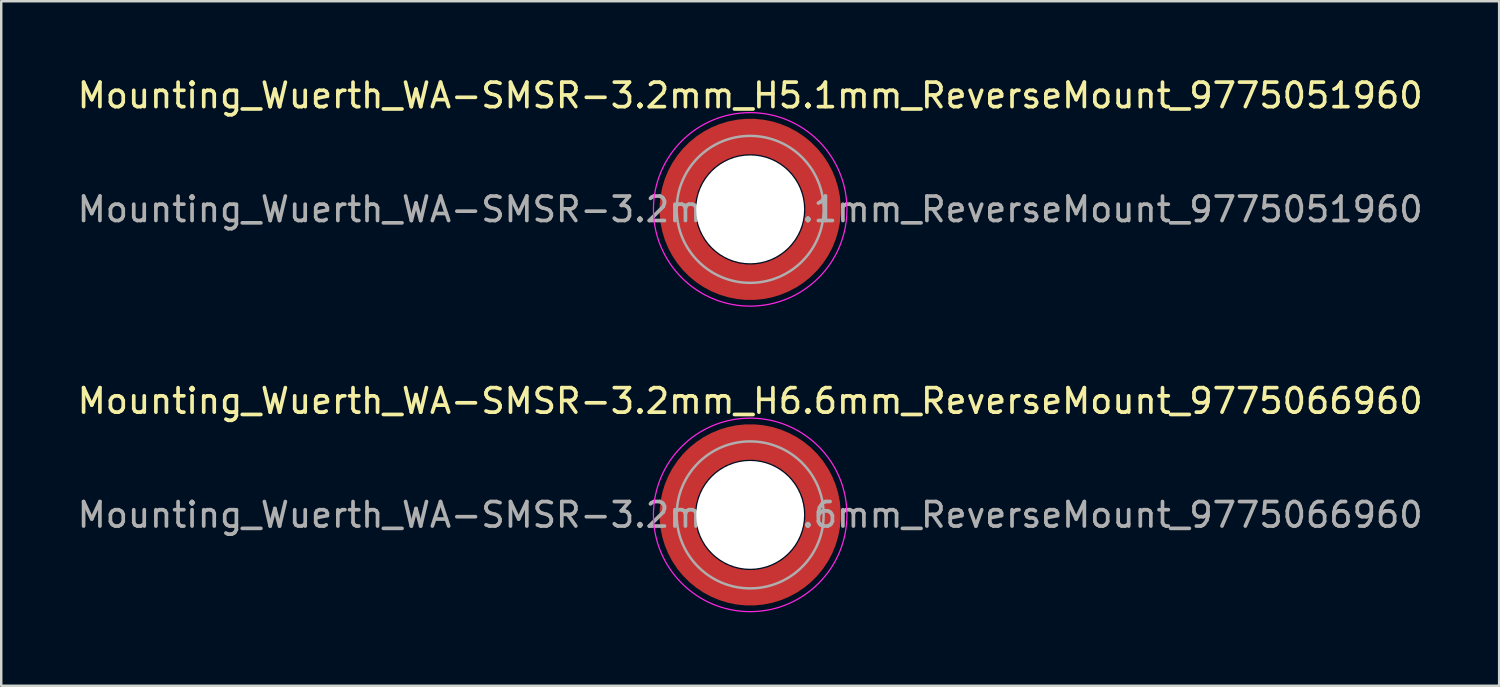
<source format=kicad_pcb>
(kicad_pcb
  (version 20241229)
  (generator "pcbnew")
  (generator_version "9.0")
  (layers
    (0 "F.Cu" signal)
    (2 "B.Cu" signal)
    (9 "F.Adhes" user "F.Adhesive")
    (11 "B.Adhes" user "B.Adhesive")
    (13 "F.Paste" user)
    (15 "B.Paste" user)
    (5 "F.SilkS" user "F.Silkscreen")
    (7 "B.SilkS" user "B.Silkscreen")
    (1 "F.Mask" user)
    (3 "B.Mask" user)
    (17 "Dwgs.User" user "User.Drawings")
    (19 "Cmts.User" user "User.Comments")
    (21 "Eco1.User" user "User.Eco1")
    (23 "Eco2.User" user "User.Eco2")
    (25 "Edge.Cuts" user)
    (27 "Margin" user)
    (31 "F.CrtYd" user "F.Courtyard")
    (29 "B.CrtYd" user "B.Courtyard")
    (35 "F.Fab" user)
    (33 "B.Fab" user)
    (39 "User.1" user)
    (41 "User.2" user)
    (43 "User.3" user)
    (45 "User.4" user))
  (footprint "Mounting_Wuerth_WA-SMSR-3.2mm_H6.6mm_ReverseMount_9775066960"
    (layer "F.Cu")
    (at 27.577 17.971)
    (property "Reference" "Mounting_Wuerth_WA-SMSR-3.2mm_H6.6mm_ReverseMount_9775066960" (at 0 -4.65 0) (layer "F.SilkS") (effects (font (size 1 1) (thickness 0.15))))
    (property "Mouser Part no." "" (at 0 0 0) (layer "F.Fab") (effects (font (size 1.27 1.27) (thickness 0.15))))
    (property "Mouser link" "" (at 0 0 0) (layer "F.Fab") (effects (font (size 1.27 1.27) (thickness 0.15))))
    (attr smd)
    (fp_circle (center 0 0) (end 3.95 0) (stroke (width 0.05) (type solid)) (fill no) (layer "F.CrtYd"))
    (fp_circle (center 0 0) (end 3 0) (stroke (width 0.1) (type solid)) (fill no) (layer "F.Fab"))
    (fp_text user "${REFERENCE}" (at 0 0 0) (layer "F.Fab") (effects (font (size 1 1) (thickness 0.15))))
    (pad "" smd custom (at -2.095 -2.095) (size 0.945 0.945) (layers "F.Paste") (options (anchor circle)) (primitives (gr_arc (start -0.24231 1.594804) (mid 0.404104 0.405534) (end 1.592827 -0.241886) (width 0.2)) (gr_arc (start -0.3398 1.594804) (mid 0.335987 0.338711) (end 1.591031 -0.339022) (width 0.2)) (gr_arc (start -0.437132 1.594804) (mid 0.268952 0.270807) (end 1.592231 -0.436623) (width 0.2)) (gr_arc (start -0.534324 1.594804) (mid 0.201345 0.203474) (end 1.591846 -0.53376) (width 0.2)) (gr_arc (start -0.631391 1.594804) (mid 0.134696 0.135183) (end 1.594126 -0.631267) (width 0.2)) (gr_arc (start -0.728345 1.594804) (mid 0.067234 0.067705) (end 1.594149 -0.728229) (width 0.2)) (gr_arc (start -0.825197 1.594804) (mid -0.001218 0.001219) (end 1.591408 -0.824614) (width 0.2)) (gr_arc (start -0.921958 1.594804) (mid -0.068952 -0.065985) (end 1.590665 -0.921269) (width 0.2)) (gr_arc (start -1.018637 1.594804) (mid -0.135972 -0.133907) (end 1.59192 -1.018172) (width 0.2)) (gr_arc (start -1.115239 1.594804) (mid -0.20428 -0.200537) (end 1.589574 -1.11442) (width 0.2)) (gr_arc (start -1.211773 1.594804) (mid -0.26993 -0.269828) (end 1.594662 -1.211751) (width 0.2)) (gr_arc (start -1.308244 1.594804) (mid -0.33911 -0.335587) (end 1.589875 -1.307516) (width 0.2)) (gr_arc (start -1.404657 1.594804) (mid -0.405633 -0.404004) (end 1.592524 -1.404331) (width 0.2)) (gr_arc (start -1.404657 1.594804) (mid -0.405633 -0.404004) (end 1.592524 -1.404331) (width 0.2)) (gr_line (start 1.595 -0.242) (end 1.595 -1.405) (width 0.2)) (gr_line (start -0.242 1.595) (end -1.405 1.595) (width 0.2))))
    (pad "" smd custom (at -2.095 2.095) (size 0.945 0.945) (layers "F.Paste") (options (anchor circle)) (primitives (gr_arc (start 1.594804 0.24231) (mid 0.405534 -0.404104) (end -0.241886 -1.592827) (width 0.2)) (gr_arc (start 1.594804 0.3398) (mid 0.338711 -0.335987) (end -0.339022 -1.591031) (width 0.2)) (gr_arc (start 1.594804 0.437132) (mid 0.270807 -0.268952) (end -0.436623 -1.592231) (width 0.2)) (gr_arc (start 1.594804 0.534324) (mid 0.203474 -0.201345) (end -0.53376 -1.591846) (width 0.2)) (gr_arc (start 1.594804 0.631391) (mid 0.135183 -0.134696) (end -0.631267 -1.594126) (width 0.2)) (gr_arc (start 1.594804 0.728345) (mid 0.067705 -0.067234) (end -0.728229 -1.594149) (width 0.2)) (gr_arc (start 1.594804 0.825197) (mid 0.001219 0.001218) (end -0.824614 -1.591408) (width 0.2)) (gr_arc (start 1.594804 0.921958) (mid -0.065985 0.068952) (end -0.921269 -1.590665) (width 0.2)) (gr_arc (start 1.594804 1.018637) (mid -0.133907 0.135972) (end -1.018172 -1.59192) (width 0.2)) (gr_arc (start 1.594804 1.115239) (mid -0.200537 0.20428) (end -1.11442 -1.589574) (width 0.2)) (gr_arc (start 1.594804 1.211773) (mid -0.269828 0.26993) (end -1.211751 -1.594662) (width 0.2)) (gr_arc (start 1.594804 1.308244) (mid -0.335587 0.33911) (end -1.307516 -1.589875) (width 0.2)) (gr_arc (start 1.594804 1.404657) (mid -0.404004 0.405633) (end -1.404331 -1.592524) (width 0.2)) (gr_arc (start 1.594804 1.404657) (mid -0.404004 0.405633) (end -1.404331 -1.592524) (width 0.2)) (gr_line (start -0.242 -1.595) (end -1.405 -1.595) (width 0.2)) (gr_line (start 1.595 0.242) (end 1.595 1.405) (width 0.2))))
    (pad "" np_thru_hole circle (at 0 0) (size 4.4 4.4) (drill 4.4) (layers "*.Cu" "*.Mask"))
    (pad "" smd custom (at 2.095 -2.095) (size 0.945 0.945) (layers "F.Paste") (options (anchor circle)) (primitives (gr_arc (start -1.594804 -0.24231) (mid -0.405534 0.404104) (end 0.241886 1.592827) (width 0.2)) (gr_arc (start -1.594804 -0.3398) (mid -0.338711 0.335987) (end 0.339022 1.591031) (width 0.2)) (gr_arc (start -1.594804 -0.437132) (mid -0.270807 0.268952) (end 0.436623 1.592231) (width 0.2)) (gr_arc (start -1.594804 -0.534324) (mid -0.203474 0.201345) (end 0.53376 1.591846) (width 0.2)) (gr_arc (start -1.594804 -0.631391) (mid -0.135183 0.134696) (end 0.631267 1.594126) (width 0.2)) (gr_arc (start -1.594804 -0.728345) (mid -0.067705 0.067234) (end 0.728229 1.594149) (width 0.2)) (gr_arc (start -1.594804 -0.825197) (mid -0.001219 -0.001218) (end 0.824614 1.591408) (width 0.2)) (gr_arc (start -1.594804 -0.921958) (mid 0.065985 -0.068952) (end 0.921269 1.590665) (width 0.2)) (gr_arc (start -1.594804 -1.018637) (mid 0.133907 -0.135972) (end 1.018172 1.59192) (width 0.2)) (gr_arc (start -1.594804 -1.115239) (mid 0.200537 -0.20428) (end 1.11442 1.589574) (width 0.2)) (gr_arc (start -1.594804 -1.211773) (mid 0.269828 -0.26993) (end 1.211751 1.594662) (width 0.2)) (gr_arc (start -1.594804 -1.308244) (mid 0.335587 -0.33911) (end 1.307516 1.589875) (width 0.2)) (gr_arc (start -1.594804 -1.404657) (mid 0.404004 -0.405633) (end 1.404331 1.592524) (width 0.2)) (gr_arc (start -1.594804 -1.404657) (mid 0.404004 -0.405633) (end 1.404331 1.592524) (width 0.2)) (gr_line (start 0.242 1.595) (end 1.405 1.595) (width 0.2)) (gr_line (start -1.595 -0.242) (end -1.595 -1.405) (width 0.2))))
    (pad "" smd custom (at 2.095 2.095) (size 0.945 0.945) (layers "F.Paste") (options (anchor circle)) (primitives (gr_arc (start 0.24231 -1.594804) (mid -0.404104 -0.405534) (end -1.592827 0.241886) (width 0.2)) (gr_arc (start 0.3398 -1.594804) (mid -0.335987 -0.338711) (end -1.591031 0.339022) (width 0.2)) (gr_arc (start 0.437132 -1.594804) (mid -0.268952 -0.270807) (end -1.592231 0.436623) (width 0.2)) (gr_arc (start 0.534324 -1.594804) (mid -0.201345 -0.203474) (end -1.591846 0.53376) (width 0.2)) (gr_arc (start 0.631391 -1.594804) (mid -0.134696 -0.135183) (end -1.594126 0.631267) (width 0.2)) (gr_arc (start 0.728345 -1.594804) (mid -0.067234 -0.067705) (end -1.594149 0.728229) (width 0.2)) (gr_arc (start 0.825197 -1.594804) (mid 0.001218 -0.001219) (end -1.591408 0.824614) (width 0.2)) (gr_arc (start 0.921958 -1.594804) (mid 0.068952 0.065985) (end -1.590665 0.921269) (width 0.2)) (gr_arc (start 1.018637 -1.594804) (mid 0.135972 0.133907) (end -1.59192 1.018172) (width 0.2)) (gr_arc (start 1.115239 -1.594804) (mid 0.20428 0.200537) (end -1.589574 1.11442) (width 0.2)) (gr_arc (start 1.211773 -1.594804) (mid 0.26993 0.269828) (end -1.594662 1.211751) (width 0.2)) (gr_arc (start 1.308244 -1.594804) (mid 0.33911 0.335587) (end -1.589875 1.307516) (width 0.2)) (gr_arc (start 1.404657 -1.594804) (mid 0.405633 0.404004) (end -1.592524 1.404331) (width 0.2)) (gr_arc (start 1.404657 -1.594804) (mid 0.405633 0.404004) (end -1.592524 1.404331) (width 0.2)) (gr_line (start -1.595 0.242) (end -1.595 1.405) (width 0.2)) (gr_line (start 0.242 -1.595) (end 1.405 -1.595) (width 0.2))))
    (pad "1" smd circle (at -2.975 0) (size 1.05 1.05) (layers "F.Cu"))
    (pad "1" smd circle (at 0 -2.975) (size 1.05 1.05) (layers "F.Cu"))
    (pad "1" smd circle (at 0 2.975) (size 1.05 1.05) (layers "F.Cu"))
    (pad "1" smd custom (at 2.975 0) (size 1.05 1.05) (layers "F.Cu" "F.Mask") (options (anchor circle)) (primitives (gr_circle (center -2.975 0) (end 0 0) (width 1.45) (fill no)))))
  (footprint "Mounting_Wuerth_WA-SMSR-3.2mm_H5.1mm_ReverseMount_9775051960"
    (layer "F.Cu")
    (at 27.577 5.498)
    (property "Reference" "Mounting_Wuerth_WA-SMSR-3.2mm_H5.1mm_ReverseMount_9775051960" (at 0 -4.65 0) (layer "F.SilkS") (effects (font (size 1 1) (thickness 0.15))))
    (property "Mouser Part no." "" (at 0 0 0) (layer "F.Fab") (effects (font (size 1.27 1.27) (thickness 0.15))))
    (property "Mouser link" "" (at 0 0 0) (layer "F.Fab") (effects (font (size 1.27 1.27) (thickness 0.15))))
    (attr smd)
    (fp_circle (center 0 0) (end 3.95 0) (stroke (width 0.05) (type solid)) (fill no) (layer "F.CrtYd"))
    (fp_circle (center 0 0) (end 3 0) (stroke (width 0.1) (type solid)) (fill no) (layer "F.Fab"))
    (fp_text user "${REFERENCE}" (at 0 0 0) (layer "F.Fab") (effects (font (size 1 1) (thickness 0.15))))
    (pad "" smd custom (at -2.095 -2.095) (size 0.945 0.945) (layers "F.Paste") (options (anchor circle)) (primitives (gr_arc (start -0.24231 1.594804) (mid 0.404104 0.405534) (end 1.592827 -0.241886) (width 0.2)) (gr_arc (start -0.3398 1.594804) (mid 0.335987 0.338711) (end 1.591031 -0.339022) (width 0.2)) (gr_arc (start -0.437132 1.594804) (mid 0.268952 0.270807) (end 1.592231 -0.436623) (width 0.2)) (gr_arc (start -0.534324 1.594804) (mid 0.201345 0.203474) (end 1.591846 -0.53376) (width 0.2)) (gr_arc (start -0.631391 1.594804) (mid 0.134696 0.135183) (end 1.594126 -0.631267) (width 0.2)) (gr_arc (start -0.728345 1.594804) (mid 0.067234 0.067705) (end 1.594149 -0.728229) (width 0.2)) (gr_arc (start -0.825197 1.594804) (mid -0.001218 0.001219) (end 1.591408 -0.824614) (width 0.2)) (gr_arc (start -0.921958 1.594804) (mid -0.068952 -0.065985) (end 1.590665 -0.921269) (width 0.2)) (gr_arc (start -1.018637 1.594804) (mid -0.135972 -0.133907) (end 1.59192 -1.018172) (width 0.2)) (gr_arc (start -1.115239 1.594804) (mid -0.20428 -0.200537) (end 1.589574 -1.11442) (width 0.2)) (gr_arc (start -1.211773 1.594804) (mid -0.26993 -0.269828) (end 1.594662 -1.211751) (width 0.2)) (gr_arc (start -1.308244 1.594804) (mid -0.33911 -0.335587) (end 1.589875 -1.307516) (width 0.2)) (gr_arc (start -1.404657 1.594804) (mid -0.405633 -0.404004) (end 1.592524 -1.404331) (width 0.2)) (gr_arc (start -1.404657 1.594804) (mid -0.405633 -0.404004) (end 1.592524 -1.404331) (width 0.2)) (gr_line (start 1.595 -0.242) (end 1.595 -1.405) (width 0.2)) (gr_line (start -0.242 1.595) (end -1.405 1.595) (width 0.2))))
    (pad "" smd custom (at -2.095 2.095) (size 0.945 0.945) (layers "F.Paste") (options (anchor circle)) (primitives (gr_arc (start 1.594804 0.24231) (mid 0.405534 -0.404104) (end -0.241886 -1.592827) (width 0.2)) (gr_arc (start 1.594804 0.3398) (mid 0.338711 -0.335987) (end -0.339022 -1.591031) (width 0.2)) (gr_arc (start 1.594804 0.437132) (mid 0.270807 -0.268952) (end -0.436623 -1.592231) (width 0.2)) (gr_arc (start 1.594804 0.534324) (mid 0.203474 -0.201345) (end -0.53376 -1.591846) (width 0.2)) (gr_arc (start 1.594804 0.631391) (mid 0.135183 -0.134696) (end -0.631267 -1.594126) (width 0.2)) (gr_arc (start 1.594804 0.728345) (mid 0.067705 -0.067234) (end -0.728229 -1.594149) (width 0.2)) (gr_arc (start 1.594804 0.825197) (mid 0.001219 0.001218) (end -0.824614 -1.591408) (width 0.2)) (gr_arc (start 1.594804 0.921958) (mid -0.065985 0.068952) (end -0.921269 -1.590665) (width 0.2)) (gr_arc (start 1.594804 1.018637) (mid -0.133907 0.135972) (end -1.018172 -1.59192) (width 0.2)) (gr_arc (start 1.594804 1.115239) (mid -0.200537 0.20428) (end -1.11442 -1.589574) (width 0.2)) (gr_arc (start 1.594804 1.211773) (mid -0.269828 0.26993) (end -1.211751 -1.594662) (width 0.2)) (gr_arc (start 1.594804 1.308244) (mid -0.335587 0.33911) (end -1.307516 -1.589875) (width 0.2)) (gr_arc (start 1.594804 1.404657) (mid -0.404004 0.405633) (end -1.404331 -1.592524) (width 0.2)) (gr_arc (start 1.594804 1.404657) (mid -0.404004 0.405633) (end -1.404331 -1.592524) (width 0.2)) (gr_line (start -0.242 -1.595) (end -1.405 -1.595) (width 0.2)) (gr_line (start 1.595 0.242) (end 1.595 1.405) (width 0.2))))
    (pad "" np_thru_hole circle (at 0 0) (size 4.4 4.4) (drill 4.4) (layers "*.Cu" "*.Mask"))
    (pad "" smd custom (at 2.095 -2.095) (size 0.945 0.945) (layers "F.Paste") (options (anchor circle)) (primitives (gr_arc (start -1.594804 -0.24231) (mid -0.405534 0.404104) (end 0.241886 1.592827) (width 0.2)) (gr_arc (start -1.594804 -0.3398) (mid -0.338711 0.335987) (end 0.339022 1.591031) (width 0.2)) (gr_arc (start -1.594804 -0.437132) (mid -0.270807 0.268952) (end 0.436623 1.592231) (width 0.2)) (gr_arc (start -1.594804 -0.534324) (mid -0.203474 0.201345) (end 0.53376 1.591846) (width 0.2)) (gr_arc (start -1.594804 -0.631391) (mid -0.135183 0.134696) (end 0.631267 1.594126) (width 0.2)) (gr_arc (start -1.594804 -0.728345) (mid -0.067705 0.067234) (end 0.728229 1.594149) (width 0.2)) (gr_arc (start -1.594804 -0.825197) (mid -0.001219 -0.001218) (end 0.824614 1.591408) (width 0.2)) (gr_arc (start -1.594804 -0.921958) (mid 0.065985 -0.068952) (end 0.921269 1.590665) (width 0.2)) (gr_arc (start -1.594804 -1.018637) (mid 0.133907 -0.135972) (end 1.018172 1.59192) (width 0.2)) (gr_arc (start -1.594804 -1.115239) (mid 0.200537 -0.20428) (end 1.11442 1.589574) (width 0.2)) (gr_arc (start -1.594804 -1.211773) (mid 0.269828 -0.26993) (end 1.211751 1.594662) (width 0.2)) (gr_arc (start -1.594804 -1.308244) (mid 0.335587 -0.33911) (end 1.307516 1.589875) (width 0.2)) (gr_arc (start -1.594804 -1.404657) (mid 0.404004 -0.405633) (end 1.404331 1.592524) (width 0.2)) (gr_arc (start -1.594804 -1.404657) (mid 0.404004 -0.405633) (end 1.404331 1.592524) (width 0.2)) (gr_line (start 0.242 1.595) (end 1.405 1.595) (width 0.2)) (gr_line (start -1.595 -0.242) (end -1.595 -1.405) (width 0.2))))
    (pad "" smd custom (at 2.095 2.095) (size 0.945 0.945) (layers "F.Paste") (options (anchor circle)) (primitives (gr_arc (start 0.24231 -1.594804) (mid -0.404104 -0.405534) (end -1.592827 0.241886) (width 0.2)) (gr_arc (start 0.3398 -1.594804) (mid -0.335987 -0.338711) (end -1.591031 0.339022) (width 0.2)) (gr_arc (start 0.437132 -1.594804) (mid -0.268952 -0.270807) (end -1.592231 0.436623) (width 0.2)) (gr_arc (start 0.534324 -1.594804) (mid -0.201345 -0.203474) (end -1.591846 0.53376) (width 0.2)) (gr_arc (start 0.631391 -1.594804) (mid -0.134696 -0.135183) (end -1.594126 0.631267) (width 0.2)) (gr_arc (start 0.728345 -1.594804) (mid -0.067234 -0.067705) (end -1.594149 0.728229) (width 0.2)) (gr_arc (start 0.825197 -1.594804) (mid 0.001218 -0.001219) (end -1.591408 0.824614) (width 0.2)) (gr_arc (start 0.921958 -1.594804) (mid 0.068952 0.065985) (end -1.590665 0.921269) (width 0.2)) (gr_arc (start 1.018637 -1.594804) (mid 0.135972 0.133907) (end -1.59192 1.018172) (width 0.2)) (gr_arc (start 1.115239 -1.594804) (mid 0.20428 0.200537) (end -1.589574 1.11442) (width 0.2)) (gr_arc (start 1.211773 -1.594804) (mid 0.26993 0.269828) (end -1.594662 1.211751) (width 0.2)) (gr_arc (start 1.308244 -1.594804) (mid 0.33911 0.335587) (end -1.589875 1.307516) (width 0.2)) (gr_arc (start 1.404657 -1.594804) (mid 0.405633 0.404004) (end -1.592524 1.404331) (width 0.2)) (gr_arc (start 1.404657 -1.594804) (mid 0.405633 0.404004) (end -1.592524 1.404331) (width 0.2)) (gr_line (start -1.595 0.242) (end -1.595 1.405) (width 0.2)) (gr_line (start 0.242 -1.595) (end 1.405 -1.595) (width 0.2))))
    (pad "1" smd circle (at -2.975 0) (size 1.05 1.05) (layers "F.Cu"))
    (pad "1" smd circle (at 0 -2.975) (size 1.05 1.05) (layers "F.Cu"))
    (pad "1" smd circle (at 0 2.975) (size 1.05 1.05) (layers "F.Cu"))
    (pad "1" smd custom (at 2.975 0) (size 1.05 1.05) (layers "F.Cu" "F.Mask") (options (anchor circle)) (primitives (gr_circle (center -2.975 0) (end 0 0) (width 1.45) (fill no)))))
  (gr_rect
    (start -3 -3)
    (end 58.155 24.947)
    (stroke (width 0.1) (type default))
    (fill no)
    (layer "Edge.Cuts")))
</source>
